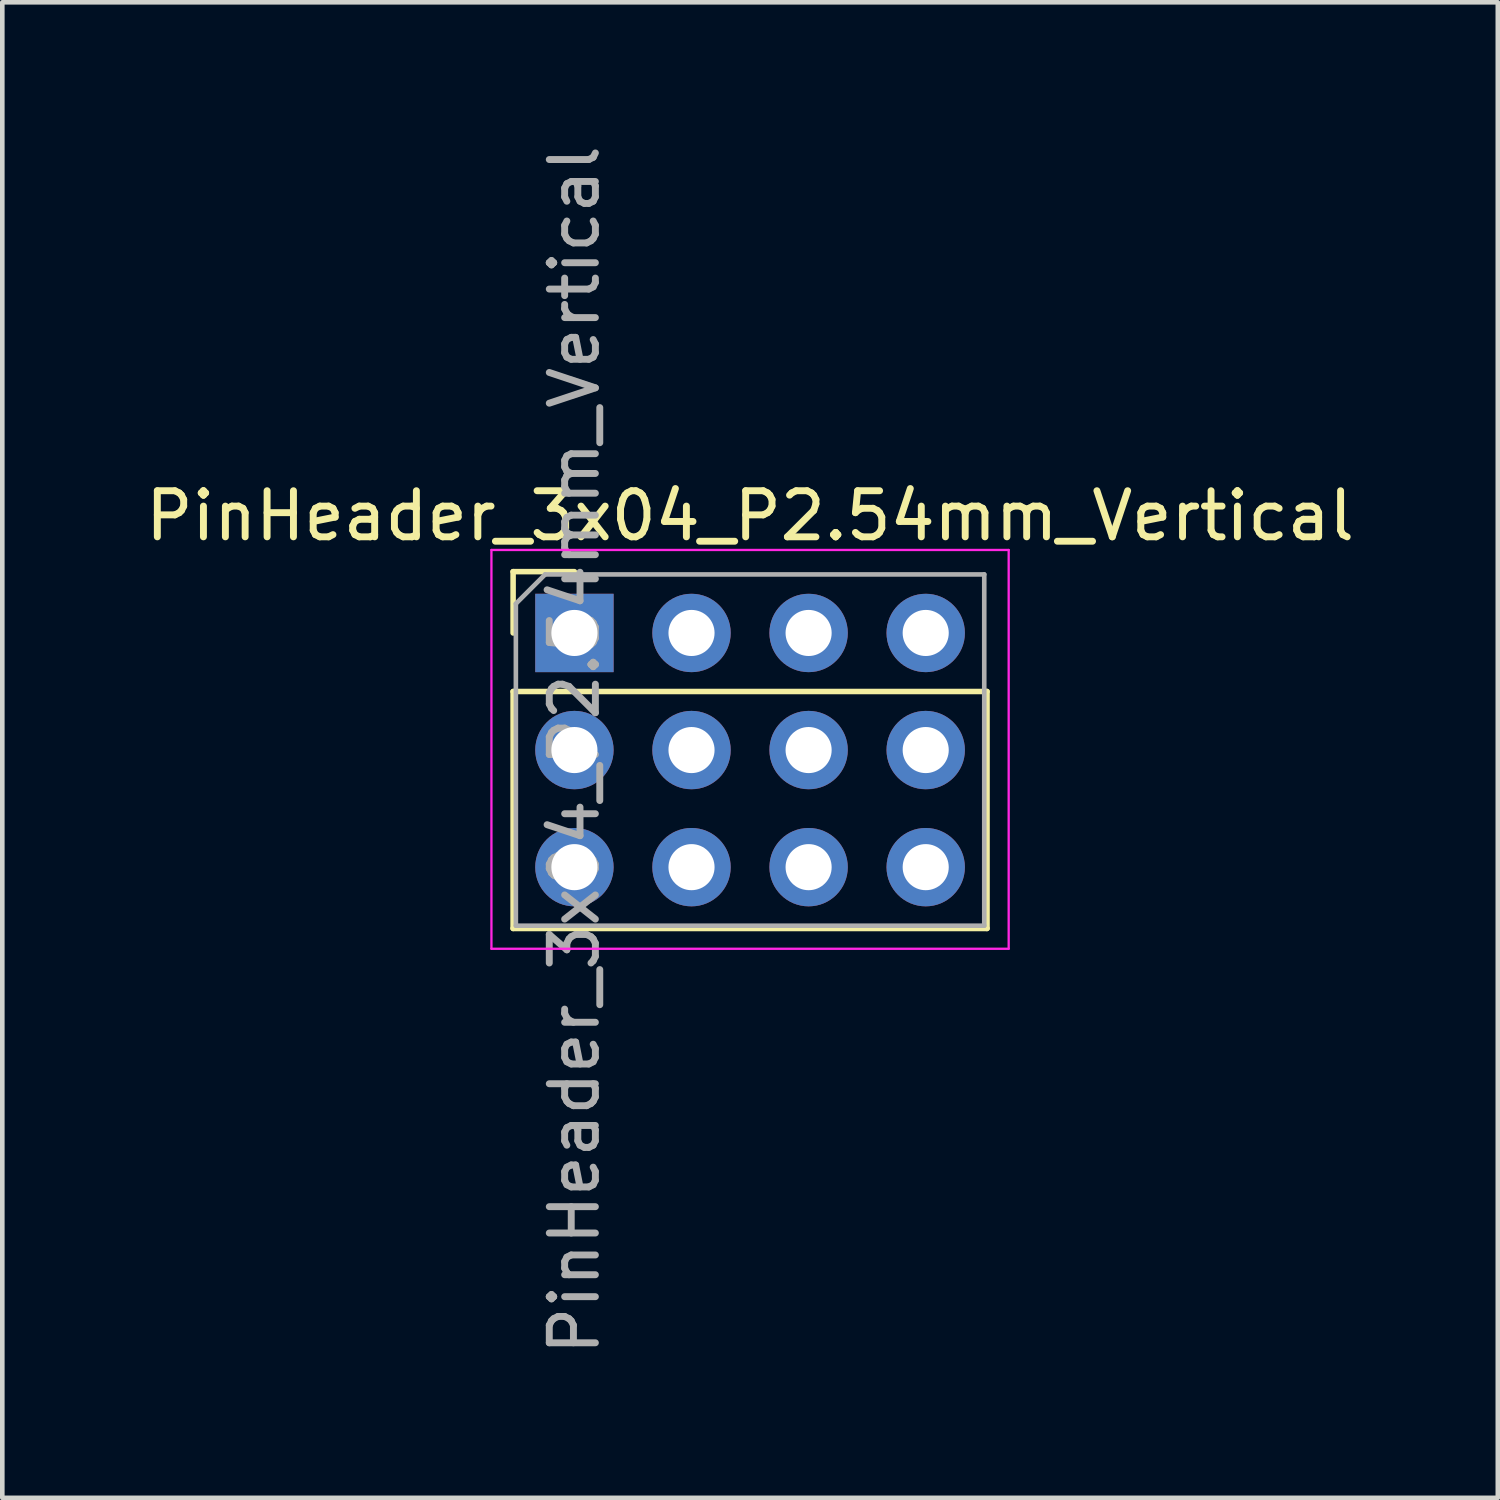
<source format=kicad_pcb>
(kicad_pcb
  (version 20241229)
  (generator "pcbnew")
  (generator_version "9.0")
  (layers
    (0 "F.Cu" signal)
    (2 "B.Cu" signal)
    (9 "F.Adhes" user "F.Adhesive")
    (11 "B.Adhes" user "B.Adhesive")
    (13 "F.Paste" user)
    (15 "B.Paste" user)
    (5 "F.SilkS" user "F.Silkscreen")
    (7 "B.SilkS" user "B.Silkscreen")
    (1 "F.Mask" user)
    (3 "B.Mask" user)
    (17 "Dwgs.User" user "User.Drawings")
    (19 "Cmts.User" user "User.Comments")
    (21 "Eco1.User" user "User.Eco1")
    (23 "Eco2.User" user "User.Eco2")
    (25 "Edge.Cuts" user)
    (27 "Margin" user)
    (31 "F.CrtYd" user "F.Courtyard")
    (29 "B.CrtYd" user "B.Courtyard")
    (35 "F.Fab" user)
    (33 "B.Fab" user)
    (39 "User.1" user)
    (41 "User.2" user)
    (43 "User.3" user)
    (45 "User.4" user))
  (footprint "PinHeader_3x04_P2.54mm_Vertical"
    (layer "F.Cu")
    (at 13.22 10.68)
    (property "Reference" "PinHeader_3x04_P2.54mm_Vertical" (at 0 -2.54 0) (layer "F.SilkS") (effects (font (size 1 1) (thickness 0.15))))
    (attr through_hole)
    (fp_line (start -5.14 -1.33) (end -3.81 -1.33) (stroke (width 0.12) (type solid)) (layer "F.SilkS"))
    (fp_line (start -5.14 0) (end -5.14 -1.33) (stroke (width 0.12) (type solid)) (layer "F.SilkS"))
    (fp_line (start -5.14 1.27) (end -5.14 6.41) (stroke (width 0.12) (type solid)) (layer "F.SilkS"))
    (fp_line (start -5.14 1.27) (end 5.14 1.27) (stroke (width 0.12) (type solid)) (layer "F.SilkS"))
    (fp_line (start -5.14 6.41) (end 5.14 6.41) (stroke (width 0.12) (type solid)) (layer "F.SilkS"))
    (fp_line (start 5.14 6.41) (end 5.14 1.27) (stroke (width 0.12) (type solid)) (layer "F.SilkS"))
    (fp_line (start -5.61 -1.8) (end -5.61 6.85) (stroke (width 0.05) (type solid)) (layer "F.CrtYd"))
    (fp_line (start -5.61 6.85) (end 5.61 6.85) (stroke (width 0.05) (type solid)) (layer "F.CrtYd"))
    (fp_line (start 5.61 -1.8) (end -5.61 -1.8) (stroke (width 0.05) (type solid)) (layer "F.CrtYd"))
    (fp_line (start 5.61 6.85) (end 5.61 -1.8) (stroke (width 0.05) (type solid)) (layer "F.CrtYd"))
    (fp_line (start -5.08 -0.635) (end -4.445 -1.27) (stroke (width 0.1) (type solid)) (layer "F.Fab"))
    (fp_line (start -5.08 6.35) (end -5.08 -0.635) (stroke (width 0.1) (type solid)) (layer "F.Fab"))
    (fp_line (start -4.445 -1.27) (end 5.08 -1.27) (stroke (width 0.1) (type solid)) (layer "F.Fab"))
    (fp_line (start 5.08 6.35) (end -5.08 6.35) (stroke (width 0.1) (type solid)) (layer "F.Fab"))
    (fp_line (start 5.08 6.35) (end 5.08 -1.27) (stroke (width 0.1) (type solid)) (layer "F.Fab"))
    (fp_text user "${REFERENCE}" (at -3.81 2.54 90) (layer "F.Fab") (effects (font (size 1 1) (thickness 0.15))))
    (pad "1" thru_hole rect (at -3.81 0) (size 1.7 1.7) (drill 1) (layers "*.Cu" "*.Mask"))
    (pad "2" thru_hole oval (at -1.27 0) (size 1.7 1.7) (drill 1) (layers "*.Cu" "*.Mask"))
    (pad "3" thru_hole oval (at 1.27 0) (size 1.7 1.7) (drill 1) (layers "*.Cu" "*.Mask"))
    (pad "4" thru_hole oval (at 3.81 0) (size 1.7 1.7) (drill 1) (layers "*.Cu" "*.Mask"))
    (pad "5" thru_hole oval (at -3.81 2.54) (size 1.7 1.7) (drill 1) (layers "*.Cu" "*.Mask"))
    (pad "5" thru_hole oval (at -1.27 2.54) (size 1.7 1.7) (drill 1) (layers "*.Cu" "*.Mask"))
    (pad "5" thru_hole oval (at 1.27 2.54) (size 1.7 1.7) (drill 1) (layers "*.Cu" "*.Mask"))
    (pad "5" thru_hole oval (at 3.81 2.54) (size 1.7 1.7) (drill 1) (layers "*.Cu" "*.Mask"))
    (pad "6" thru_hole oval (at -3.81 5.08) (size 1.7 1.7) (drill 1) (layers "*.Cu" "*.Mask"))
    (pad "6" thru_hole oval (at -1.27 5.08) (size 1.7 1.7) (drill 1) (layers "*.Cu" "*.Mask"))
    (pad "6" thru_hole oval (at 1.27 5.08) (size 1.7 1.7) (drill 1) (layers "*.Cu" "*.Mask"))
    (pad "6" thru_hole oval (at 3.81 5.08) (size 1.7 1.7) (drill 1) (layers "*.Cu" "*.Mask")))
  (gr_rect
    (start -3 -3)
    (end 29.44 29.44)
    (stroke (width 0.1) (type default))
    (fill no)
    (layer "Edge.Cuts")))
</source>
